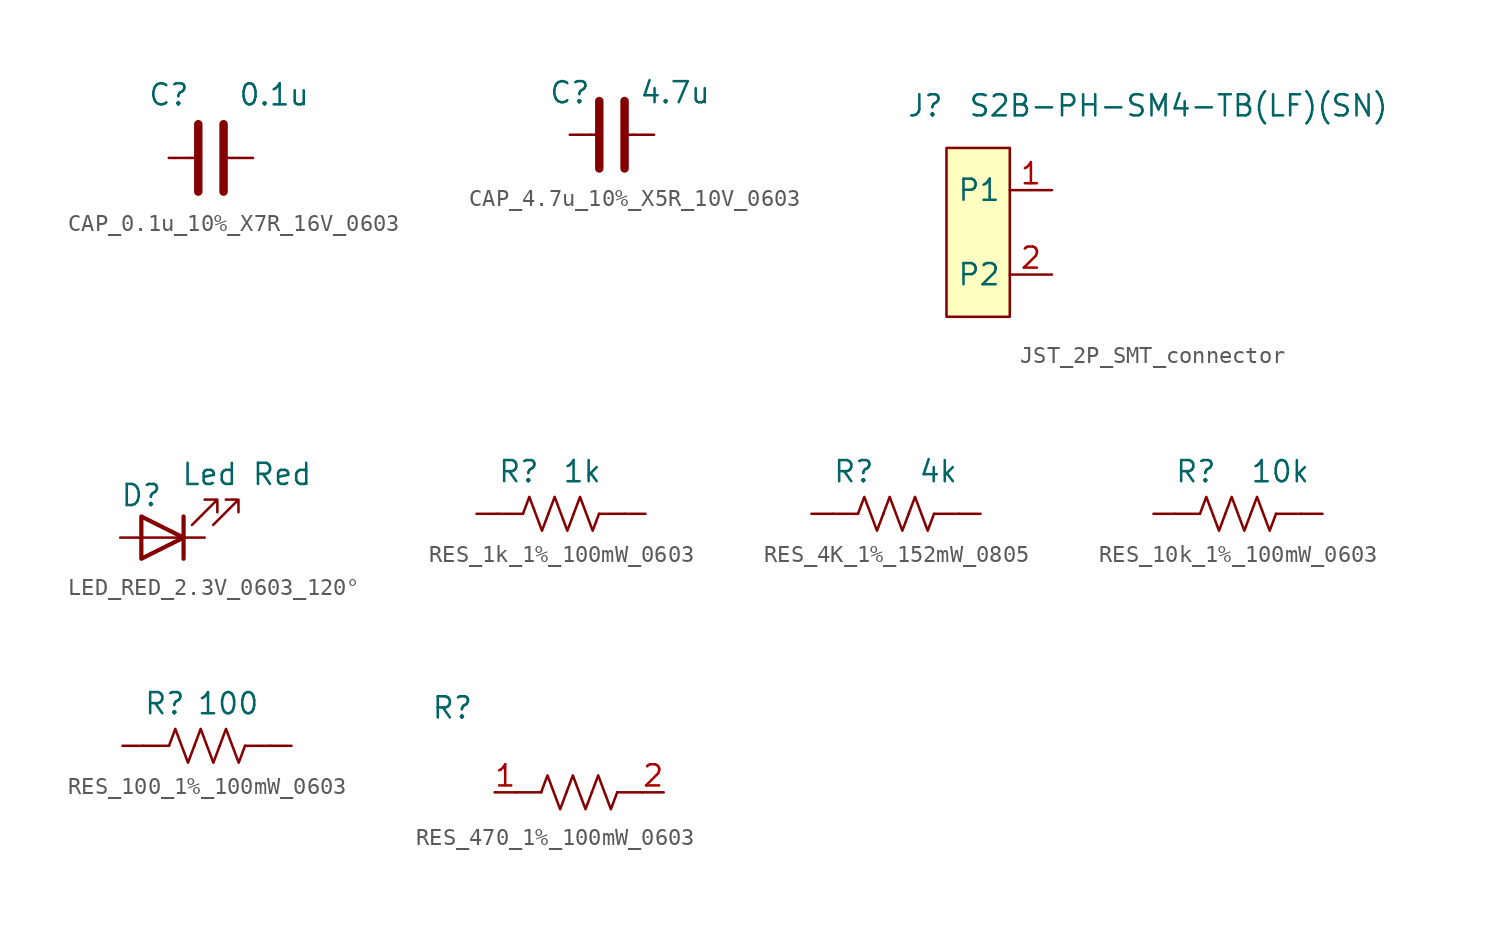
<source format=kicad_sym>
(kicad_symbol_lib
  (version 20241209)
  (generator "kicad_symbol_editor")
  (generator_version "9.0")
  (symbol "CAP_0.1u_10%_X7R_16V_0603"
    (pin_numbers
      (hide yes))
    (pin_names
      (hide yes))
    (property "Reference" "C"
      (at -2.54 3.81 0)
      (effects (font (size 1.27 1.27))))
    (property "Value" "0.1u"
      (at 3.81 3.81 0)
      (effects (font (size 1.27 1.27))))
    (symbol "CAP_0.1u_10%_X7R_16V_0603_0_1"
      (polyline (pts (xy -1.27 0) (xy -1.016 0)) (stroke (width 0) (type default)) (fill (type none)))
      (polyline (pts (xy -0.762 -2.032) (xy -0.762 2.032)) (stroke (width 0.508) (type default)) (fill (type none)))
      (polyline (pts (xy 0.762 -2.032) (xy 0.762 2.032)) (stroke (width 0.508) (type default)) (fill (type none)))
      (polyline (pts (xy 1.27 0) (xy 1.016 0)) (stroke (width 0) (type default)) (fill (type none))))
    (symbol "CAP_0.1u_10%_X7R_16V_0603_1_1"
      (pin passive line (at -2.54 0 0) (length 1.27) (name "~" (effects (font (size 1.27 1.27)))) (number "1" (effects (font (size 1.27 1.27)))))
      (pin passive line (at 2.54 0 180) (length 1.27) (name "~" (effects (font (size 1.27 1.27)))) (number "2" (effects (font (size 1.27 1.27)))))))
  (symbol "CAP_4.7u_10%_X5R_10V_0603"
    (pin_numbers
      (hide yes))
    (pin_names
      (hide yes))
    (property "Reference" "C"
      (at -2.54 2.54 0)
      (effects (font (size 1.27 1.27))))
    (property "Value" "4.7u"
      (at 3.81 2.54 0)
      (effects (font (size 1.27 1.27))))
    (symbol "CAP_4.7u_10%_X5R_10V_0603_0_1"
      (polyline (pts (xy -1.27 0) (xy -1.016 0)) (stroke (width 0) (type default)) (fill (type none)))
      (polyline (pts (xy -0.762 -2.032) (xy -0.762 2.032)) (stroke (width 0.508) (type default)) (fill (type none)))
      (polyline (pts (xy 0.762 -2.032) (xy 0.762 2.032)) (stroke (width 0.508) (type default)) (fill (type none)))
      (polyline (pts (xy 1.27 0) (xy 1.016 0)) (stroke (width 0) (type default)) (fill (type none))))
    (symbol "CAP_4.7u_10%_X5R_10V_0603_1_1"
      (pin passive line (at -2.54 0 0) (length 1.27) (name "~" (effects (font (size 1.27 1.27)))) (number "1" (effects (font (size 1.27 1.27)))))
      (pin passive line (at 2.54 0 180) (length 1.27) (name "~" (effects (font (size 1.27 1.27)))) (number "2" (effects (font (size 1.27 1.27)))))))
  (symbol "JST_2P_SMT_connector"
    (property "Reference" "J"
      (at -5.08 7.62 0)
      (effects (font (size 1.27 1.27))))
    (property "Value" "S2B-PH-SM4-TB(LF)(SN)"
      (at 10.16 7.62 0)
      (effects (font (size 1.27 1.27))))
    (symbol "JST_2P_SMT_connector_1_1"
      (rectangle (start -3.81 5.08) (end 0 -5.08) (stroke (width 0) (type solid)) (fill (type background)))
      (pin passive line (at 2.54 2.54 180) (length 2.54) (name "P1" (effects (font (size 1.27 1.27)))) (number "1" (effects (font (size 1.27 1.27)))))
      (pin passive line (at 2.54 -2.54 180) (length 2.54) (name "P2" (effects (font (size 1.27 1.27)))) (number "2" (effects (font (size 1.27 1.27)))))))
  (symbol "LED_RED_2.3V_0603_120°"
    (pin_numbers
      (hide yes))
    (pin_names
      (hide yes))
    (property "Reference" "D"
      (at -1.27 2.54 0)
      (effects (font (size 1.27 1.27))))
    (property "Value" "Led Red"
      (at 5.08 3.81 0)
      (effects (font (size 1.27 1.27))))
    (symbol "LED_RED_2.3V_0603_120°_0_1"
      (polyline (pts (xy -1.27 1.27) (xy -1.27 -1.27) (xy 1.27 0) (xy -1.27 1.27)) (stroke (width 0.254) (type default)) (fill (type none)))
      (polyline (pts (xy 1.27 1.27) (xy 1.27 -1.27)) (stroke (width 0.254) (type default)) (fill (type none)))
      (polyline (pts (xy 1.27 0) (xy -1.27 0)) (stroke (width 0) (type default)) (fill (type none)))
      (polyline (pts (xy 1.778 0.762) (xy 3.302 2.286) (xy 2.54 2.286) (xy 3.302 2.286) (xy 3.302 1.524)) (stroke (width 0) (type default)) (fill (type none)))
      (polyline (pts (xy 3.048 0.762) (xy 4.572 2.286) (xy 3.81 2.286) (xy 4.572 2.286) (xy 4.572 1.524)) (stroke (width 0) (type default)) (fill (type none))))
    (symbol "LED_RED_2.3V_0603_120°_1_1"
      (pin passive line (at -2.54 0 0) (length 1.27) (name "A" (effects (font (size 1.27 1.27)))) (number "2" (effects (font (size 1.27 1.27)))))
      (pin passive line (at 2.54 0 180) (length 1.27) (name "K" (effects (font (size 1.27 1.27)))) (number "1" (effects (font (size 1.27 1.27)))))))
  (symbol "RES_1k_1%_100mW_0603"
    (pin_numbers
      (hide yes))
    (pin_names
      (hide yes))
    (property "Reference" "R"
      (at -2.54 2.54 0)
      (effects (font (size 1.27 1.27))))
    (property "Value" "1k"
      (at 1.27 2.54 0)
      (effects (font (size 1.27 1.27))))
    (symbol "RES_1k_1%_100mW_0603_0_1"
      (polyline (pts (xy -2.286 0) (xy -3.81 0)) (stroke (width 0) (type default)) (fill (type none)))
      (polyline (pts (xy -2.286 0) (xy -1.905 1.016) (xy -1.524 0) (xy -1.143 -1.016) (xy -0.762 0)) (stroke (width 0) (type default)) (fill (type none)))
      (polyline (pts (xy -0.762 0) (xy -0.381 1.016) (xy 0 0) (xy 0.381 -1.016) (xy 0.762 0)) (stroke (width 0) (type default)) (fill (type none)))
      (polyline (pts (xy 0.762 0) (xy 1.143 1.016) (xy 1.524 0) (xy 1.905 -1.016) (xy 2.286 0)) (stroke (width 0) (type default)) (fill (type none)))
      (polyline (pts (xy 2.286 0) (xy 3.81 0)) (stroke (width 0) (type default)) (fill (type none))))
    (symbol "RES_1k_1%_100mW_0603_1_1"
      (pin passive line (at -5.08 0 0) (length 1.27) (name "~" (effects (font (size 1.27 1.27)))) (number "1" (effects (font (size 1.27 1.27)))))
      (pin passive line (at 5.08 0 180) (length 1.27) (name "~" (effects (font (size 1.27 1.27)))) (number "2" (effects (font (size 1.27 1.27)))))))
  (symbol "RES_4K_1%_152mW_0805"
    (pin_numbers
      (hide yes))
    (pin_names
      (hide yes))
    (property "Reference" "R"
      (at -2.54 2.54 0)
      (effects (font (size 1.27 1.27))))
    (property "Value" "4k"
      (at 2.54 2.54 0)
      (effects (font (size 1.27 1.27))))
    (symbol "RES_4K_1%_152mW_0805_0_1"
      (polyline (pts (xy -2.286 0) (xy -3.81 0)) (stroke (width 0) (type default)) (fill (type none)))
      (polyline (pts (xy -2.286 0) (xy -1.905 1.016) (xy -1.524 0) (xy -1.143 -1.016) (xy -0.762 0)) (stroke (width 0) (type default)) (fill (type none)))
      (polyline (pts (xy -0.762 0) (xy -0.381 1.016) (xy 0 0) (xy 0.381 -1.016) (xy 0.762 0)) (stroke (width 0) (type default)) (fill (type none)))
      (polyline (pts (xy 0.762 0) (xy 1.143 1.016) (xy 1.524 0) (xy 1.905 -1.016) (xy 2.286 0)) (stroke (width 0) (type default)) (fill (type none)))
      (polyline (pts (xy 2.286 0) (xy 3.81 0)) (stroke (width 0) (type default)) (fill (type none))))
    (symbol "RES_4K_1%_152mW_0805_1_1"
      (pin passive line (at -5.08 0 0) (length 1.27) (name "~" (effects (font (size 1.27 1.27)))) (number "1" (effects (font (size 1.27 1.27)))))
      (pin passive line (at 5.08 0 180) (length 1.27) (name "~" (effects (font (size 1.27 1.27)))) (number "2" (effects (font (size 1.27 1.27)))))))
  (symbol "RES_10k_1%_100mW_0603"
    (pin_numbers
      (hide yes))
    (pin_names
      (hide yes))
    (property "Reference" "R"
      (at -2.54 2.54 0)
      (effects (font (size 1.27 1.27))))
    (property "Value" "10k"
      (at 2.54 2.54 0)
      (effects (font (size 1.27 1.27))))
    (symbol "RES_10k_1%_100mW_0603_0_1"
      (polyline (pts (xy -2.286 0) (xy -3.81 0)) (stroke (width 0) (type default)) (fill (type none)))
      (polyline (pts (xy -2.286 0) (xy -1.905 1.016) (xy -1.524 0) (xy -1.143 -1.016) (xy -0.762 0)) (stroke (width 0) (type default)) (fill (type none)))
      (polyline (pts (xy -0.762 0) (xy -0.381 1.016) (xy 0 0) (xy 0.381 -1.016) (xy 0.762 0)) (stroke (width 0) (type default)) (fill (type none)))
      (polyline (pts (xy 0.762 0) (xy 1.143 1.016) (xy 1.524 0) (xy 1.905 -1.016) (xy 2.286 0)) (stroke (width 0) (type default)) (fill (type none)))
      (polyline (pts (xy 2.286 0) (xy 3.81 0)) (stroke (width 0) (type default)) (fill (type none))))
    (symbol "RES_10k_1%_100mW_0603_1_1"
      (pin passive line (at -5.08 0 0) (length 1.27) (name "~" (effects (font (size 1.27 1.27)))) (number "1" (effects (font (size 1.27 1.27)))))
      (pin passive line (at 5.08 0 180) (length 1.27) (name "~" (effects (font (size 1.27 1.27)))) (number "2" (effects (font (size 1.27 1.27)))))))
  (symbol "RES_100_1%_100mW_0603"
    (pin_numbers
      (hide yes))
    (pin_names
      (hide yes))
    (property "Reference" "R"
      (at -2.54 2.54 0)
      (effects (font (size 1.27 1.27))))
    (property "Value" "100"
      (at 1.27 2.54 0)
      (effects (font (size 1.27 1.27))))
    (symbol "RES_100_1%_100mW_0603_0_1"
      (polyline (pts (xy -2.286 0) (xy -3.81 0)) (stroke (width 0) (type default)) (fill (type none)))
      (polyline (pts (xy -2.286 0) (xy -1.905 1.016) (xy -1.524 0) (xy -1.143 -1.016) (xy -0.762 0)) (stroke (width 0) (type default)) (fill (type none)))
      (polyline (pts (xy -0.762 0) (xy -0.381 1.016) (xy 0 0) (xy 0.381 -1.016) (xy 0.762 0)) (stroke (width 0) (type default)) (fill (type none)))
      (polyline (pts (xy 0.762 0) (xy 1.143 1.016) (xy 1.524 0) (xy 1.905 -1.016) (xy 2.286 0)) (stroke (width 0) (type default)) (fill (type none)))
      (polyline (pts (xy 2.286 0) (xy 3.81 0)) (stroke (width 0) (type default)) (fill (type none))))
    (symbol "RES_100_1%_100mW_0603_1_1"
      (pin passive line (at -5.08 0 0) (length 1.27) (name "~" (effects (font (size 1.27 1.27)))) (number "1" (effects (font (size 1.27 1.27)))))
      (pin passive line (at 5.08 0 180) (length 1.27) (name "~" (effects (font (size 1.27 1.27)))) (number "2" (effects (font (size 1.27 1.27)))))))
  (symbol "RES_470_1%_100mW_0603"
    (property "Reference" "R"
      (at -7.62 5.08 0)
      (effects (font (size 1.27 1.27))))
    (property "Value" ""
      (at 0 0 0)
      (effects (font (size 1.27 1.27))))
    (symbol "RES_470_1%_100mW_0603_0_1"
      (polyline (pts (xy -2.286 0) (xy -3.81 0)) (stroke (width 0) (type default)) (fill (type none)))
      (polyline (pts (xy -2.286 0) (xy -1.905 1.016) (xy -1.524 0) (xy -1.143 -1.016) (xy -0.762 0)) (stroke (width 0) (type default)) (fill (type none)))
      (polyline (pts (xy -0.762 0) (xy -0.381 1.016) (xy 0 0) (xy 0.381 -1.016) (xy 0.762 0)) (stroke (width 0) (type default)) (fill (type none)))
      (polyline (pts (xy 0.762 0) (xy 1.143 1.016) (xy 1.524 0) (xy 1.905 -1.016) (xy 2.286 0)) (stroke (width 0) (type default)) (fill (type none)))
      (polyline (pts (xy 2.286 0) (xy 3.81 0)) (stroke (width 0) (type default)) (fill (type none))))
    (symbol "RES_470_1%_100mW_0603_1_1"
      (pin passive line (at -5.08 0 0) (length 1.27) (name "~" (effects (font (size 1.27 1.27)))) (number "1" (effects (font (size 1.27 1.27)))))
      (pin passive line (at 5.08 0 180) (length 1.27) (name "~" (effects (font (size 1.27 1.27)))) (number "2" (effects (font (size 1.27 1.27))))))))
</source>
